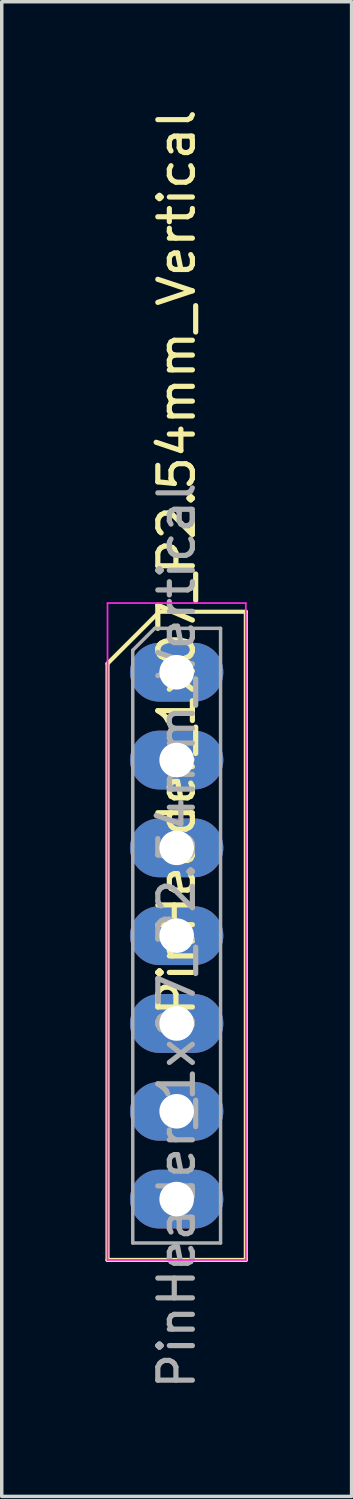
<source format=kicad_pcb>
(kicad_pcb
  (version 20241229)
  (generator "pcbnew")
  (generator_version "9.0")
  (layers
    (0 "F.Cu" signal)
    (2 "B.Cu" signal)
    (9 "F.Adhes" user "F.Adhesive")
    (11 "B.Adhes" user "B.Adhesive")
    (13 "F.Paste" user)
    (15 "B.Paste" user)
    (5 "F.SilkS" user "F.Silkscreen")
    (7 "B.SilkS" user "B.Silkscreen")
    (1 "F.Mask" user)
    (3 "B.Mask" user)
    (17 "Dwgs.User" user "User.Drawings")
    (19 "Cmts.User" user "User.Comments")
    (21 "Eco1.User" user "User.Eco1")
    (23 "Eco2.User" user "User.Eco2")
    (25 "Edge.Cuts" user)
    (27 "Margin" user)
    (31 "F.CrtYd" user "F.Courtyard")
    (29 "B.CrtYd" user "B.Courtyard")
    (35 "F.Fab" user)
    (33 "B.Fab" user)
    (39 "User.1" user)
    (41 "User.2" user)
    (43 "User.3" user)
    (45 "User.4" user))
  (footprint "PinHeader_1x07_P2.54mm_Vertical"
    (layer "F.Cu")
    (at 2.06 16.395)
    (property "Reference" "PinHeader_1x07_P2.54mm_Vertical" (at 0 -3.175 90) (layer "F.SilkS") (effects (font (size 1 1) (thickness 0.15))))
    (attr through_hole exclude_from_pos_files exclude_from_bom)
    (fp_line (start -2 -0.25) (end -2 17) (stroke (width 0.12) (type solid)) (layer "F.SilkS"))
    (fp_line (start -2 -0.25) (end -0.5 -1.75) (stroke (width 0.12) (type solid)) (layer "F.SilkS"))
    (fp_line (start -2 17) (end 2 17) (stroke (width 0.12) (type solid)) (layer "F.SilkS"))
    (fp_line (start -0.5 -1.75) (end 2 -1.75) (stroke (width 0.12) (type solid)) (layer "F.SilkS"))
    (fp_line (start 2 -1.75) (end 2 17) (stroke (width 0.12) (type solid)) (layer "F.SilkS"))
    (fp_line (start -2 -2) (end -2 17) (stroke (width 0.05) (type solid)) (layer "F.CrtYd"))
    (fp_line (start -2 17) (end 2 17) (stroke (width 0.05) (type solid)) (layer "F.CrtYd"))
    (fp_line (start 2 -2) (end -2 -2) (stroke (width 0.05) (type solid)) (layer "F.CrtYd"))
    (fp_line (start 2 17) (end 2 -2) (stroke (width 0.05) (type solid)) (layer "F.CrtYd"))
    (fp_line (start -1.27 -0.635) (end -0.635 -1.27) (stroke (width 0.1) (type solid)) (layer "F.Fab"))
    (fp_line (start -1.27 16.51) (end -1.27 -0.635) (stroke (width 0.1) (type solid)) (layer "F.Fab"))
    (fp_line (start -0.635 -1.27) (end 1.27 -1.27) (stroke (width 0.1) (type solid)) (layer "F.Fab"))
    (fp_line (start 1.27 -1.27) (end 1.27 16.51) (stroke (width 0.1) (type solid)) (layer "F.Fab"))
    (fp_line (start 1.27 16.51) (end -1.27 16.51) (stroke (width 0.1) (type solid)) (layer "F.Fab"))
    (fp_text user "${REFERENCE}" (at 0 7.62 90) (layer "F.Fab") (effects (font (size 1 1) (thickness 0.15))))
    (pad "1" thru_hole oval (at 0 0) (size 2.7 1.7) (drill 1) (layers "*.Cu" "*.Mask"))
    (pad "2" thru_hole oval (at 0 2.54) (size 2.7 1.7) (drill 1) (layers "*.Cu" "*.Mask"))
    (pad "3" thru_hole oval (at 0 5.08) (size 2.7 1.7) (drill 1) (layers "*.Cu" "*.Mask"))
    (pad "4" thru_hole oval (at 0 7.62) (size 2.7 1.7) (drill 1) (layers "*.Cu" "*.Mask"))
    (pad "5" thru_hole oval (at 0 10.16) (size 2.7 1.7) (drill 1) (layers "*.Cu" "*.Mask"))
    (pad "6" thru_hole oval (at 0 12.7) (size 2.7 1.7) (drill 1) (layers "*.Cu" "*.Mask"))
    (pad "7" thru_hole oval (at 0 15.24) (size 2.7 1.7) (drill 1) (layers "*.Cu" "*.Mask")))
  (gr_rect
    (start -3 -3)
    (end 7.12 40.235)
    (stroke (width 0.1) (type default))
    (fill no)
    (layer "Edge.Cuts")))
</source>
